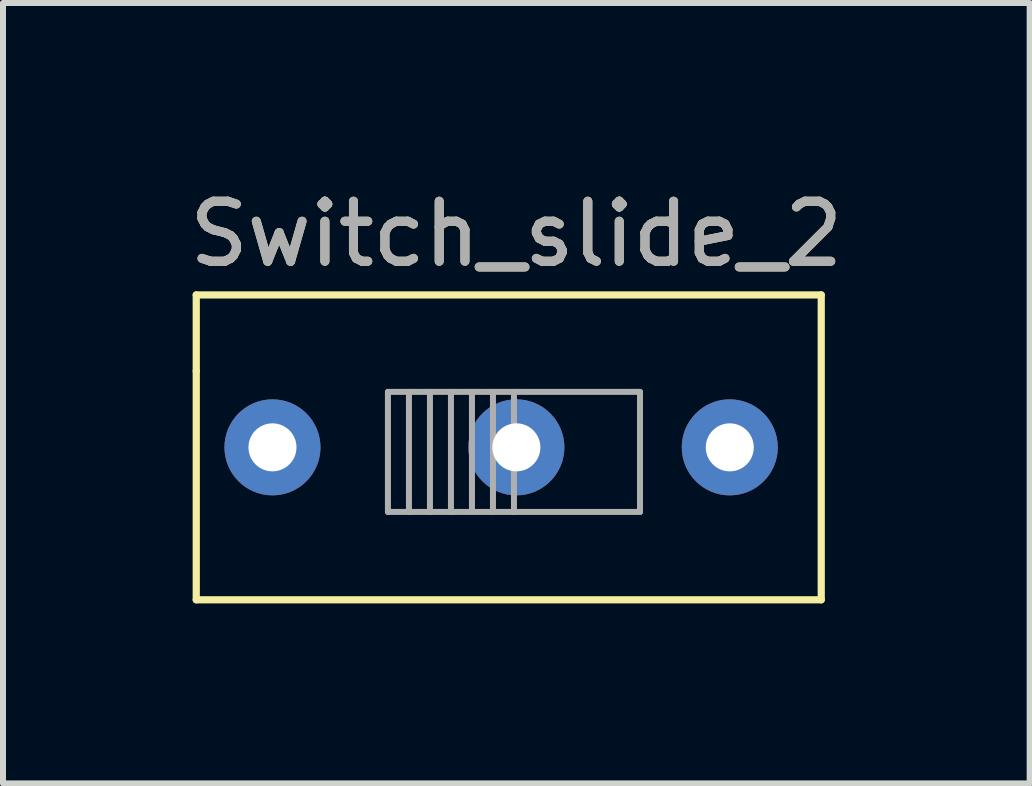
<source format=kicad_pcb>
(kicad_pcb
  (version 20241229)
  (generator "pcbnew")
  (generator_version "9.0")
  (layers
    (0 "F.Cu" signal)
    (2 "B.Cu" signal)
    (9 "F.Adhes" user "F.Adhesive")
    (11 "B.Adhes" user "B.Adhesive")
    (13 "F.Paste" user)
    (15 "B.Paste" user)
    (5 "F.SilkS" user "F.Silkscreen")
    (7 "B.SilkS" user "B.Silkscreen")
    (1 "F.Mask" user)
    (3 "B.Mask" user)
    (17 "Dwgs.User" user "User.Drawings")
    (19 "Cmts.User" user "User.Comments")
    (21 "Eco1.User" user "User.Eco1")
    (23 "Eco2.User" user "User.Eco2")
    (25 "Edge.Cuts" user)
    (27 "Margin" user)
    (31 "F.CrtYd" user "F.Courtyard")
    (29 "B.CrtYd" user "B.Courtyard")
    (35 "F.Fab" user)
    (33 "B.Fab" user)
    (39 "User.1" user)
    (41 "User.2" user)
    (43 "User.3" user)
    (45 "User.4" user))
  (footprint "Switch_slide_2"
    (layer "F.Cu")
    (at 4.03 4.404)
    (property "Reference" "Switch_slide_2" (at 1.524 -3.556 0) (layer "F.SilkS") (effects (font (size 1 1) (thickness 0.15))))
    (attr through_hole)
    (fp_line (start -3.81 -2.54) (end -3.81 -1.27) (stroke (width 0.12) (type solid)) (layer "F.SilkS"))
    (fp_line (start -3.81 -1.27) (end -3.81 2.54) (stroke (width 0.12) (type solid)) (layer "F.SilkS"))
    (fp_line (start -3.81 2.54) (end 6.604 2.54) (stroke (width 0.12) (type solid)) (layer "F.SilkS"))
    (fp_line (start 6.604 -2.54) (end -3.81 -2.54) (stroke (width 0.12) (type solid)) (layer "F.SilkS"))
    (fp_line (start 6.604 2.54) (end 6.604 -2.54) (stroke (width 0.12) (type solid)) (layer "F.SilkS"))
    (fp_line (start -0.616 -0.924) (end -0.616 1.076) (stroke (width 0.1) (type solid)) (layer "F.Fab"))
    (fp_line (start -0.616 -0.924) (end 3.584 -0.924) (stroke (width 0.1) (type solid)) (layer "F.Fab"))
    (fp_line (start -0.266 -0.924) (end -0.266 1.076) (stroke (width 0.1) (type solid)) (layer "F.Fab"))
    (fp_line (start 0.084 -0.924) (end 0.084 1.076) (stroke (width 0.1) (type solid)) (layer "F.Fab"))
    (fp_line (start 0.434 -0.924) (end 0.434 1.076) (stroke (width 0.1) (type solid)) (layer "F.Fab"))
    (fp_line (start 0.784 -0.924) (end 0.784 1.076) (stroke (width 0.1) (type solid)) (layer "F.Fab"))
    (fp_line (start 1.134 -0.924) (end 1.134 1.076) (stroke (width 0.1) (type solid)) (layer "F.Fab"))
    (fp_line (start 1.484 -0.924) (end 1.484 1.076) (stroke (width 0.1) (type solid)) (layer "F.Fab"))
    (fp_line (start 3.584 -0.924) (end 3.584 1.076) (stroke (width 0.1) (type solid)) (layer "F.Fab"))
    (fp_line (start 3.584 1.076) (end -0.616 1.076) (stroke (width 0.1) (type solid)) (layer "F.Fab"))
    (fp_text user "${REFERENCE}" (at 1.524 -3.556 0) (layer "F.Fab") (effects (font (size 1 1) (thickness 0.15))))
    (pad "1" thru_hole circle (at -2.54 0) (size 1.6 1.6) (drill 0.8) (layers "*.Cu" "*.Mask"))
    (pad "2" thru_hole circle (at 1.524 0) (size 1.6 1.6) (drill 0.8) (layers "*.Cu" "*.Mask"))
    (pad "3" thru_hole circle (at 5.08 0) (size 1.6 1.6) (drill 0.8) (layers "*.Cu" "*.Mask")))
  (gr_rect
    (start -3 -3)
    (end 14.107 10.004)
    (stroke (width 0.1) (type default))
    (fill no)
    (layer "Edge.Cuts")))
</source>
